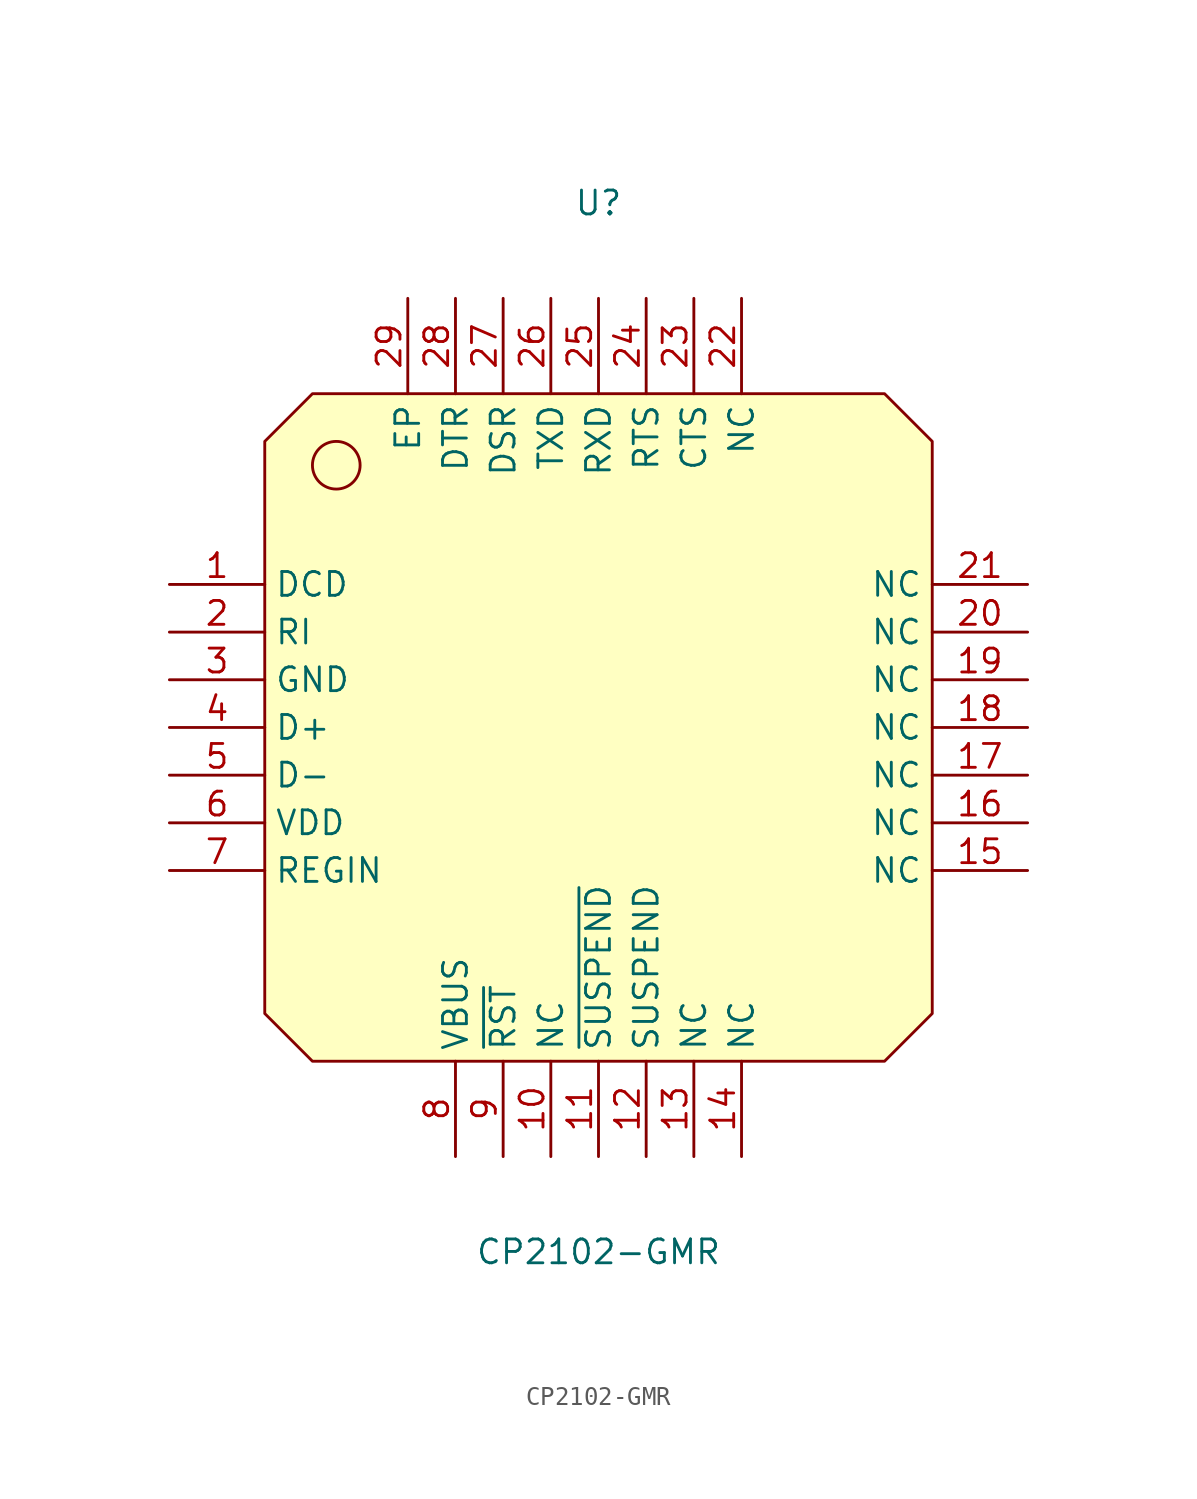
<source format=kicad_sym>
(kicad_symbol_lib
  (version 20211014)
  (generator https://github.com/uPesy/easyeda2kicad.py)
  (symbol "CP2102-GMR"
    (property "Reference" "U"
      (at 0 27.94 0)
      (effects (font (size 1.27 1.27))))
    (property "Value" "CP2102-GMR"
      (at 0 -27.94 0)
      (effects (font (size 1.27 1.27))))
    (symbol "CP2102-GMR_0_1"
      (circle (center -13.97 13.97) (radius 1.27) (stroke (width 0) (type default) (color 0 0 0 0)) (fill (type none)))
      (polyline (pts (xy -15.24 17.78) (xy 15.24 17.78) (xy 17.78 15.24) (xy 17.78 -15.24) (xy 15.24 -17.78) (xy -15.24 -17.78) (xy -17.78 -15.24) (xy -17.78 15.24) (xy -15.24 17.78)) (stroke (width 0) (type default) (color 0 0 0 0)) (fill (type background)))
      (pin unspecified line (at -22.86 7.62 0) (length 5.08) (name "DCD" (effects (font (size 1.27 1.27)))) (number "1" (effects (font (size 1.27 1.27)))))
      (pin unspecified line (at -22.86 5.08 0) (length 5.08) (name "RI" (effects (font (size 1.27 1.27)))) (number "2" (effects (font (size 1.27 1.27)))))
      (pin unspecified line (at -22.86 2.54 0) (length 5.08) (name "GND" (effects (font (size 1.27 1.27)))) (number "3" (effects (font (size 1.27 1.27)))))
      (pin unspecified line (at -22.86 -0.00 0) (length 5.08) (name "D+" (effects (font (size 1.27 1.27)))) (number "4" (effects (font (size 1.27 1.27)))))
      (pin unspecified line (at -22.86 -2.54 0) (length 5.08) (name "D-" (effects (font (size 1.27 1.27)))) (number "5" (effects (font (size 1.27 1.27)))))
      (pin unspecified line (at -22.86 -5.08 0) (length 5.08) (name "VDD" (effects (font (size 1.27 1.27)))) (number "6" (effects (font (size 1.27 1.27)))))
      (pin unspecified line (at -22.86 -7.62 0) (length 5.08) (name "REGIN" (effects (font (size 1.27 1.27)))) (number "7" (effects (font (size 1.27 1.27)))))
      (pin unspecified line (at -7.62 -22.86 90) (length 5.08) (name "VBUS" (effects (font (size 1.27 1.27)))) (number "8" (effects (font (size 1.27 1.27)))))
      (pin unspecified line (at -5.08 -22.86 90) (length 5.08) (name "~{RST}" (effects (font (size 1.27 1.27)))) (number "9" (effects (font (size 1.27 1.27)))))
      (pin unspecified line (at -2.54 -22.86 90) (length 5.08) (name "NC" (effects (font (size 1.27 1.27)))) (number "10" (effects (font (size 1.27 1.27)))))
      (pin unspecified line (at 0.00 -22.86 90) (length 5.08) (name "~{SUSPEND}" (effects (font (size 1.27 1.27)))) (number "11" (effects (font (size 1.27 1.27)))))
      (pin unspecified line (at 2.54 -22.86 90) (length 5.08) (name "SUSPEND" (effects (font (size 1.27 1.27)))) (number "12" (effects (font (size 1.27 1.27)))))
      (pin unspecified line (at 5.08 -22.86 90) (length 5.08) (name "NC" (effects (font (size 1.27 1.27)))) (number "13" (effects (font (size 1.27 1.27)))))
      (pin unspecified line (at 7.62 -22.86 90) (length 5.08) (name "NC" (effects (font (size 1.27 1.27)))) (number "14" (effects (font (size 1.27 1.27)))))
      (pin unspecified line (at 22.86 -7.62 180) (length 5.08) (name "NC" (effects (font (size 1.27 1.27)))) (number "15" (effects (font (size 1.27 1.27)))))
      (pin unspecified line (at 22.86 -5.08 180) (length 5.08) (name "NC" (effects (font (size 1.27 1.27)))) (number "16" (effects (font (size 1.27 1.27)))))
      (pin unspecified line (at 22.86 -2.54 180) (length 5.08) (name "NC" (effects (font (size 1.27 1.27)))) (number "17" (effects (font (size 1.27 1.27)))))
      (pin unspecified line (at 22.86 -0.00 180) (length 5.08) (name "NC" (effects (font (size 1.27 1.27)))) (number "18" (effects (font (size 1.27 1.27)))))
      (pin unspecified line (at 22.86 2.54 180) (length 5.08) (name "NC" (effects (font (size 1.27 1.27)))) (number "19" (effects (font (size 1.27 1.27)))))
      (pin unspecified line (at 22.86 5.08 180) (length 5.08) (name "NC" (effects (font (size 1.27 1.27)))) (number "20" (effects (font (size 1.27 1.27)))))
      (pin unspecified line (at 22.86 7.62 180) (length 5.08) (name "NC" (effects (font (size 1.27 1.27)))) (number "21" (effects (font (size 1.27 1.27)))))
      (pin unspecified line (at 7.62 22.86 270) (length 5.08) (name "NC" (effects (font (size 1.27 1.27)))) (number "22" (effects (font (size 1.27 1.27)))))
      (pin unspecified line (at 5.08 22.86 270) (length 5.08) (name "CTS" (effects (font (size 1.27 1.27)))) (number "23" (effects (font (size 1.27 1.27)))))
      (pin unspecified line (at 2.54 22.86 270) (length 5.08) (name "RTS" (effects (font (size 1.27 1.27)))) (number "24" (effects (font (size 1.27 1.27)))))
      (pin unspecified line (at 0.00 22.86 270) (length 5.08) (name "RXD" (effects (font (size 1.27 1.27)))) (number "25" (effects (font (size 1.27 1.27)))))
      (pin unspecified line (at -2.54 22.86 270) (length 5.08) (name "TXD" (effects (font (size 1.27 1.27)))) (number "26" (effects (font (size 1.27 1.27)))))
      (pin unspecified line (at -5.08 22.86 270) (length 5.08) (name "DSR" (effects (font (size 1.27 1.27)))) (number "27" (effects (font (size 1.27 1.27)))))
      (pin unspecified line (at -7.62 22.86 270) (length 5.08) (name "DTR" (effects (font (size 1.27 1.27)))) (number "28" (effects (font (size 1.27 1.27)))))
      (pin unspecified line (at -10.16 22.86 270) (length 5.08) (name "EP" (effects (font (size 1.27 1.27)))) (number "29" (effects (font (size 1.27 1.27))))))))
</source>
